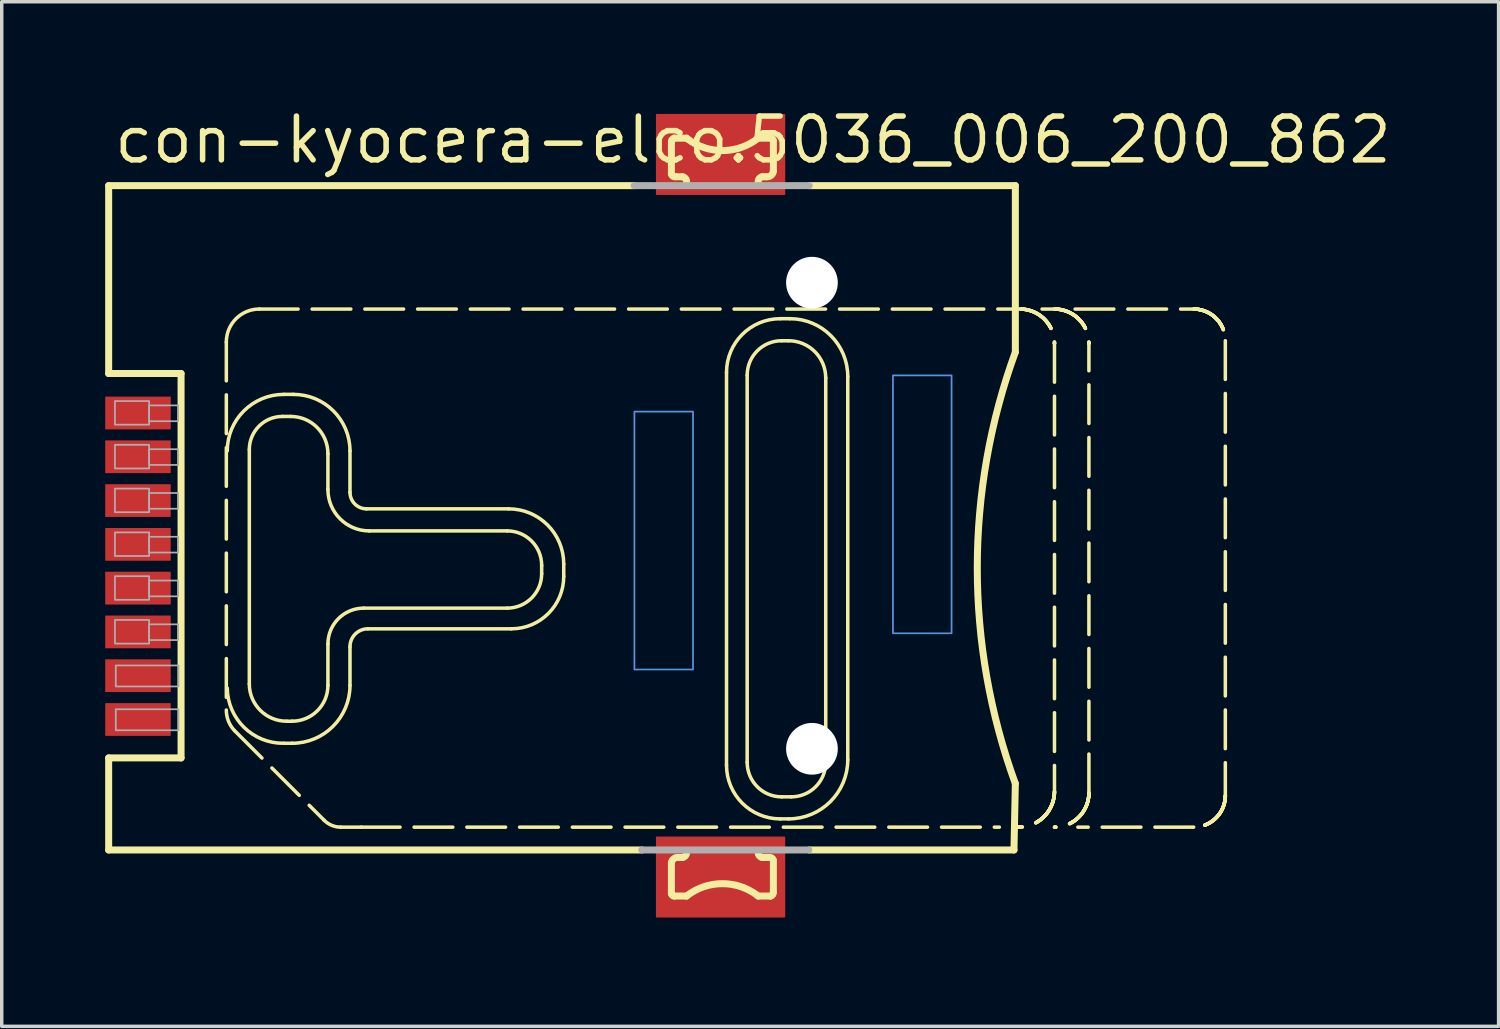
<source format=kicad_pcb>
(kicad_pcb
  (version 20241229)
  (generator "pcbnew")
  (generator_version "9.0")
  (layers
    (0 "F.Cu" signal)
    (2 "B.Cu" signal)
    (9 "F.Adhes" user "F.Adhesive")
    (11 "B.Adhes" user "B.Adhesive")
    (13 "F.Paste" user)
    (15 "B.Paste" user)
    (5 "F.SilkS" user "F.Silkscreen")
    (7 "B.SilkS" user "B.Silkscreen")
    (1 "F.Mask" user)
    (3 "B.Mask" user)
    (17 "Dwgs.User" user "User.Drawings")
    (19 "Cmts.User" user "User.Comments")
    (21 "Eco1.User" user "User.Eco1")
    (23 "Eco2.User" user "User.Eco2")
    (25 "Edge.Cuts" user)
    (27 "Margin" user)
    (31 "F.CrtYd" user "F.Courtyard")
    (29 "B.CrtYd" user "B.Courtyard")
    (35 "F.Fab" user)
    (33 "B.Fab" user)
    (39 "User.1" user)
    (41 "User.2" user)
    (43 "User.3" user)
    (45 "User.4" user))
  (footprint "con-kyocera-elco.5036_006_200_862"
    (layer "F.Cu")
    (at 20.502 11.91)
    (property "Reference" "con-kyocera-elco.5036_006_200_862" (at -20.32 -10.16 0) (layer "F.SilkS") (effects (font (size 1.27 1.27) (thickness 0.16)) (justify left bottom)))
    (attr smd)
    (fp_rect (start -4.5 -9.33) (end -0.8 -11.63) (stroke (width 0.05) (type default)) (fill yes) (layer "F.Cu"))
    (fp_rect (start -4.5 11.63) (end -0.8 9.33) (stroke (width 0.05) (type default)) (fill yes) (layer "F.Cu"))
    (fp_rect (start -4.625 -9.175) (end -0.675 -11.75) (stroke (width 0.05) (type default)) (fill yes) (layer "F.Mask"))
    (fp_rect (start -4.625 11.785) (end -0.675 9.21) (stroke (width 0.05) (type default)) (fill yes) (layer "F.Mask"))
    (fp_line (start -20.4 -9.575) (end -5.16 -9.575) (stroke (width 0.203) (type default)) (layer "F.SilkS"))
    (fp_line (start -20.4 -4.125) (end -20.4 -9.575) (stroke (width 0.203) (type default)) (layer "F.SilkS"))
    (fp_line (start -20.4 7.025) (end -18.3 7.025) (stroke (width 0.203) (type default)) (layer "F.SilkS"))
    (fp_line (start -20.4 9.695) (end -20.4 7.025) (stroke (width 0.203) (type default)) (layer "F.SilkS"))
    (fp_line (start -18.3 -4.125) (end -20.4 -4.125) (stroke (width 0.203) (type default)) (layer "F.SilkS"))
    (fp_line (start -18.3 7.025) (end -18.3 -4.125) (stroke (width 0.203) (type default)) (layer "F.SilkS"))
    (fp_line (start -16.987 -5.036) (end -16.987 5.636) (stroke (width 0.102) (type dash)) (layer "F.SilkS"))
    (fp_line (start -16.747 6.235) (end -14.149 8.833) (stroke (width 0.102) (type dash)) (layer "F.SilkS"))
    (fp_line (start -16.32 4.88) (end -16.32 -1.92) (stroke (width 0.102) (type default)) (layer "F.SilkS"))
    (fp_line (start -16.028 -5.995) (end 5.955 -5.995) (stroke (width 0.102) (type dash)) (layer "F.SilkS"))
    (fp_line (start -15.36 -2.88) (end -15.12 -2.88) (stroke (width 0.102) (type default)) (layer "F.SilkS"))
    (fp_line (start -15.32 -3.52) (end -15.04 -3.52) (stroke (width 0.102) (type default)) (layer "F.SilkS"))
    (fp_line (start -15.08 5.96) (end -15.24 5.96) (stroke (width 0.102) (type default)) (layer "F.SilkS"))
    (fp_line (start -15.08 6.6) (end -15.32 6.6) (stroke (width 0.102) (type default)) (layer "F.SilkS"))
    (fp_line (start -14.04 -1.8) (end -14.04 -0.76) (stroke (width 0.102) (type default)) (layer "F.SilkS"))
    (fp_line (start -14.04 3.72) (end -14.04 4.92) (stroke (width 0.102) (type default)) (layer "F.SilkS"))
    (fp_line (start -13.4 -1.88) (end -13.4 -0.68) (stroke (width 0.102) (type default)) (layer "F.SilkS"))
    (fp_line (start -13.4 3.8) (end -13.4 4.92) (stroke (width 0.102) (type default)) (layer "F.SilkS"))
    (fp_line (start -13.07 9.033) (end 5.436 9.033) (stroke (width 0.102) (type dash)) (layer "F.SilkS"))
    (fp_line (start -12.92 -0.2) (end -8.8 -0.2) (stroke (width 0.102) (type default)) (layer "F.SilkS"))
    (fp_line (start -12.84 0.44) (end -8.84 0.44) (stroke (width 0.102) (type default)) (layer "F.SilkS"))
    (fp_line (start -8.84 2.68) (end -13 2.68) (stroke (width 0.102) (type default)) (layer "F.SilkS"))
    (fp_line (start -8.72 3.28) (end -12.88 3.28) (stroke (width 0.102) (type default)) (layer "F.SilkS"))
    (fp_line (start -7.84 1.44) (end -7.84 1.68) (stroke (width 0.102) (type default)) (layer "F.SilkS"))
    (fp_line (start -7.2 1.4) (end -7.2 1.76) (stroke (width 0.102) (type default)) (layer "F.SilkS"))
    (fp_line (start -4.935 9.695) (end -20.4 9.695) (stroke (width 0.203) (type default)) (layer "F.SilkS"))
    (fp_line (start -4.077 -9.913) (end -4.077 -10.832) (stroke (width 0.203) (type default)) (layer "F.SilkS"))
    (fp_line (start -4.077 10.952) (end -4.077 10.072) (stroke (width 0.203) (type default)) (layer "F.SilkS"))
    (fp_line (start -3.997 -10.952) (end -3.637 -10.952) (stroke (width 0.203) (type default)) (layer "F.SilkS"))
    (fp_line (start -3.877 9.913) (end -3.757 9.913) (stroke (width 0.203) (type default)) (layer "F.SilkS"))
    (fp_line (start -3.757 -9.833) (end -3.957 -9.833) (stroke (width 0.203) (type default)) (layer "F.SilkS"))
    (fp_line (start -3.637 11.032) (end -3.997 11.032) (stroke (width 0.203) (type default)) (layer "F.SilkS"))
    (fp_line (start -2.478 7.235) (end -2.478 -4.157) (stroke (width 0.102) (type default)) (layer "F.SilkS"))
    (fp_line (start -1.879 -4.077) (end -1.879 7.155) (stroke (width 0.102) (type default)) (layer "F.SilkS"))
    (fp_line (start -1.559 -10.952) (end -1.199 -10.952) (stroke (width 0.203) (type default)) (layer "F.SilkS"))
    (fp_line (start -1.439 9.913) (end -1.239 9.913) (stroke (width 0.203) (type default)) (layer "F.SilkS"))
    (fp_line (start -1.319 -9.833) (end -1.439 -9.833) (stroke (width 0.203) (type default)) (layer "F.SilkS"))
    (fp_line (start -1.199 11.032) (end -1.559 11.032) (stroke (width 0.203) (type default)) (layer "F.SilkS"))
    (fp_line (start -1.119 -10.872) (end -1.119 -9.992) (stroke (width 0.203) (type default)) (layer "F.SilkS"))
    (fp_line (start -1.119 9.993) (end -1.119 10.912) (stroke (width 0.203) (type default)) (layer "F.SilkS"))
    (fp_line (start -0.919 -5.716) (end -0.639 -5.716) (stroke (width 0.102) (type default)) (layer "F.SilkS"))
    (fp_line (start -0.879 8.154) (end -0.6 8.154) (stroke (width 0.102) (type default)) (layer "F.SilkS"))
    (fp_line (start -0.679 -5.076) (end -0.879 -5.076) (stroke (width 0.102) (type default)) (layer "F.SilkS"))
    (fp_line (start -0.679 8.793) (end -0.919 8.793) (stroke (width 0.102) (type default)) (layer "F.SilkS"))
    (fp_line (start -0.08 -9.575) (end 5.9 -9.575) (stroke (width 0.203) (type default)) (layer "F.SilkS"))
    (fp_line (start 0.4 7.155) (end 0.4 -3.997) (stroke (width 0.102) (type default)) (layer "F.SilkS"))
    (fp_line (start 1.039 -4.037) (end 1.039 7.075) (stroke (width 0.102) (type default)) (layer "F.SilkS"))
    (fp_line (start 5.86 9.695) (end -0.08 9.695) (stroke (width 0.203) (type default)) (layer "F.SilkS"))
    (fp_line (start 5.9 -9.575) (end 5.9 -4.746) (stroke (width 0.203) (type default)) (layer "F.SilkS"))
    (fp_line (start 5.9 7.769) (end 5.86 9.695) (stroke (width 0.203) (type default)) (layer "F.SilkS"))
    (fp_line (start 5.995 9.033) (end 5.955 9.033) (stroke (width 0.102) (type dash)) (layer "F.SilkS"))
    (fp_line (start 7.035 -5.995) (end 6.675 -5.995) (stroke (width 0.102) (type dash)) (layer "F.SilkS"))
    (fp_line (start 7.035 -4.996) (end 7.035 7.994) (stroke (width 0.102) (type dash)) (layer "F.SilkS"))
    (fp_line (start 7.634 -5.995) (end 11.072 -5.995) (stroke (width 0.102) (type dash)) (layer "F.SilkS"))
    (fp_line (start 8.034 8.034) (end 8.034 -4.996) (stroke (width 0.102) (type dash)) (layer "F.SilkS"))
    (fp_line (start 11.072 9.033) (end 7.714 9.033) (stroke (width 0.102) (type dash)) (layer "F.SilkS"))
    (fp_line (start 11.991 -5.076) (end 11.991 8.114) (stroke (width 0.102) (type dash)) (layer "F.SilkS"))
    (fp_arc (start -16.9873 -5.0362) (mid -16.706328 -5.714528) (end -16.028 -5.9955) (stroke (width 0.1016) (type default)) (layer "F.SilkS"))
    (fp_arc (start -16.96 -1.88) (mid -16.479655 -3.039655) (end -15.32 -3.52) (stroke (width 0.1016) (type default)) (layer "F.SilkS"))
    (fp_arc (start -16.7474 6.2353) (mid -16.925107 5.958662) (end -16.9873 5.6358) (stroke (width 0.1016) (type default)) (layer "F.SilkS"))
    (fp_arc (start -16.32 -1.92) (mid -16.038823 -2.598823) (end -15.36 -2.88) (stroke (width 0.1016) (type default)) (layer "F.SilkS"))
    (fp_arc (start -15.32 6.6) (mid -16.471371 6.139655) (end -16.96 5) (stroke (width 0.1016) (type default)) (layer "F.SilkS"))
    (fp_arc (start -15.24 5.96) (mid -16.003675 5.643675) (end -16.32 4.88) (stroke (width 0.1016) (type default)) (layer "F.SilkS"))
    (fp_arc (start -15.12 -2.88) (mid -14.356325 -2.563675) (end -14.04 -1.8) (stroke (width 0.1016) (type default)) (layer "F.SilkS"))
    (fp_arc (start -15.04 -3.52) (mid -13.880345 -3.039655) (end -13.4 -1.88) (stroke (width 0.1016) (type default)) (layer "F.SilkS"))
    (fp_arc (start -14.04 3.72) (mid -13.735391 2.984609) (end -13 2.68) (stroke (width 0.1016) (type default)) (layer "F.SilkS"))
    (fp_arc (start -14.04 4.92) (mid -14.344609 5.655391) (end -15.08 5.96) (stroke (width 0.1016) (type default)) (layer "F.SilkS"))
    (fp_arc (start -13.6697 9.0332) (mid -13.929319 8.980763) (end -14.1494 8.8334) (stroke (width 0.1016) (type default)) (layer "F.SilkS"))
    (fp_arc (start -13.4 3.8) (mid -13.247696 3.432304) (end -12.88 3.28) (stroke (width 0.1016) (type default)) (layer "F.SilkS"))
    (fp_arc (start -13.4 4.92) (mid -13.892061 6.107939) (end -15.08 6.6) (stroke (width 0.1016) (type default)) (layer "F.SilkS"))
    (fp_arc (start -13.0702 9.0332) (mid -13.36995 9.033793) (end -13.6697 9.0332) (stroke (width 0.1016) (type default)) (layer "F.SilkS"))
    (fp_arc (start -12.92 -0.2) (mid -13.259411 -0.340589) (end -13.4 -0.68) (stroke (width 0.1016) (type default)) (layer "F.SilkS"))
    (fp_arc (start -12.84 0.44) (mid -13.688528 0.088528) (end -14.04 -0.76) (stroke (width 0.1016) (type default)) (layer "F.SilkS"))
    (fp_arc (start -8.84 0.44) (mid -8.132893 0.732893) (end -7.84 1.44) (stroke (width 0.1016) (type default)) (layer "F.SilkS"))
    (fp_arc (start -8.8 -0.2) (mid -7.668629 0.268629) (end -7.2 1.4) (stroke (width 0.1016) (type default)) (layer "F.SilkS"))
    (fp_arc (start -7.84 1.68) (mid -8.132893 2.387107) (end -8.84 2.68) (stroke (width 0.1016) (type default)) (layer "F.SilkS"))
    (fp_arc (start -7.2 1.76) (mid -7.645198 2.834802) (end -8.72 3.28) (stroke (width 0.1016) (type default)) (layer "F.SilkS"))
    (fp_arc (start -4.077 10.0725) (mid -4.010196 9.95122) (end -3.8772 9.9127) (stroke (width 0.2032) (type default)) (layer "F.SilkS"))
    (fp_arc (start -4.0769 -10.8318) (mid -4.061782 -10.908298) (end -3.997 -10.9517) (stroke (width 0.2032) (type default)) (layer "F.SilkS"))
    (fp_arc (start -3.9971 11.0318) (mid -4.053598 11.008398) (end -4.077 10.9519) (stroke (width 0.2032) (type default)) (layer "F.SilkS"))
    (fp_arc (start -3.9571 -9.8327) (mid -4.033598 -9.847818) (end -4.077 -9.9126) (stroke (width 0.2032) (type default)) (layer "F.SilkS"))
    (fp_arc (start -3.7572 -9.8326) (mid -3.664163 -9.77746) (end -3.6373 -9.6727) (stroke (width 0.2032) (type default)) (layer "F.SilkS"))
    (fp_arc (start -3.6374 9.7528) (mid -3.66424 9.857543) (end -3.7573 9.9126) (stroke (width 0.2032) (type default)) (layer "F.SilkS"))
    (fp_arc (start -3.6374 11.0318) (mid -2.59815 10.672131) (end -1.5589 11.0318) (stroke (width 0.2032) (type default)) (layer "F.SilkS"))
    (fp_arc (start -2.4781 -4.1569) (mid -2.021538 -5.259138) (end -0.9193 -5.7157) (stroke (width 0.1016) (type default)) (layer "F.SilkS"))
    (fp_arc (start -1.8786 -4.0769) (mid -1.585912 -4.783512) (end -0.8793 -5.0762) (stroke (width 0.1016) (type default)) (layer "F.SilkS"))
    (fp_arc (start -1.5588 -10.9518) (mid -2.59805 -10.592131) (end -3.6373 -10.9518) (stroke (width 0.2032) (type default)) (layer "F.SilkS"))
    (fp_arc (start -1.5588 -9.6728) (mid -1.53196 -9.777543) (end -1.4389 -9.8326) (stroke (width 0.2032) (type default)) (layer "F.SilkS"))
    (fp_arc (start -1.439 9.9126) (mid -1.532037 9.85746) (end -1.5589 9.7527) (stroke (width 0.2032) (type default)) (layer "F.SilkS"))
    (fp_arc (start -1.2391 9.9127) (mid -1.162602 9.927818) (end -1.1192 9.9926) (stroke (width 0.2032) (type default)) (layer "F.SilkS"))
    (fp_arc (start -1.1991 -10.9518) (mid -1.142602 -10.928398) (end -1.1192 -10.8719) (stroke (width 0.2032) (type default)) (layer "F.SilkS"))
    (fp_arc (start -1.1193 10.9118) (mid -1.134418 10.988298) (end -1.1992 11.0317) (stroke (width 0.2032) (type default)) (layer "F.SilkS"))
    (fp_arc (start -1.1192 -9.9925) (mid -1.186004 -9.87122) (end -1.319 -9.8327) (stroke (width 0.2032) (type default)) (layer "F.SilkS"))
    (fp_arc (start -0.9193 8.7934) (mid -2.021538 8.336838) (end -2.4781 7.2346) (stroke (width 0.1016) (type default)) (layer "F.SilkS"))
    (fp_arc (start -0.8793 8.1539) (mid -1.585912 7.861212) (end -1.8786 7.1546) (stroke (width 0.1016) (type default)) (layer "F.SilkS"))
    (fp_arc (start -0.6795 -5.0762) (mid 0.08361 -4.76011) (end 0.3997 -3.997) (stroke (width 0.1016) (type default)) (layer "F.SilkS"))
    (fp_arc (start -0.6395 -5.7157) (mid 0.54752 -5.22402) (end 1.0392 -4.037) (stroke (width 0.1016) (type default)) (layer "F.SilkS"))
    (fp_arc (start 0.3997 7.1546) (mid 0.107012 7.861212) (end -0.5996 8.1539) (stroke (width 0.1016) (type default)) (layer "F.SilkS"))
    (fp_arc (start 1.0392 7.0747) (mid 0.535804 8.290004) (end -0.6795 8.7934) (stroke (width 0.1016) (type default)) (layer "F.SilkS"))
    (fp_arc (start 5.9 7.7688) (mid 4.795615 1.5114) (end 5.9 -4.746) (stroke (width 0.2032) (type default)) (layer "F.SilkS"))
    (fp_arc (start 6.0355 -5.9955) (mid 6.742041 -5.702841) (end 7.0347 -4.9963) (stroke (width 0.1016) (type dash)) (layer "F.SilkS"))
    (fp_arc (start 7.0347 -5.9955) (mid 7.741312 -5.702812) (end 8.034 -4.9962) (stroke (width 0.1016) (type dash)) (layer "F.SilkS"))
    (fp_arc (start 7.0347 7.994) (mid 6.730325 8.728825) (end 5.9955 9.0332) (stroke (width 0.1016) (type dash)) (layer "F.SilkS"))
    (fp_arc (start 8.034 8.0339) (mid 7.741312 8.740512) (end 7.0347 9.0332) (stroke (width 0.1016) (type dash)) (layer "F.SilkS"))
    (fp_arc (start 11.0717 -5.9955) (mid 11.721743 -5.726243) (end 11.991 -5.0762) (stroke (width 0.1016) (type dash)) (layer "F.SilkS"))
    (fp_arc (start 11.991 8.1139) (mid 11.721743 8.763943) (end 11.0717 9.0332) (stroke (width 0.1016) (type dash)) (layer "F.SilkS"))
    (fp_rect (start -4.375 -9.45) (end -0.925 -11.5) (stroke (width 0.05) (type default)) (fill yes) (layer "F.Paste"))
    (fp_rect (start -4.375 11.51) (end -0.925 9.46) (stroke (width 0.05) (type default)) (fill yes) (layer "F.Paste"))
    (fp_rect (start -5.15 4.46) (end -3.45 -3.02) (stroke (width 0.05) (type default)) (fill no) (layer "Cmts.User"))
    (fp_rect (start 2.35 3.41) (end 4.05 -4.07) (stroke (width 0.05) (type default)) (fill no) (layer "Cmts.User"))
    (fp_line (start -5.16 -9.575) (end -0.08 -9.575) (stroke (width 0.203) (type default)) (layer "F.Fab"))
    (fp_line (start -0.09 9.695) (end -4.935 9.695) (stroke (width 0.203) (type default)) (layer "F.Fab"))
    (fp_rect (start -20.218 -2.642) (end -19.226 -3.327) (stroke (width 0.05) (type default)) (fill no) (layer "F.Fab"))
    (fp_rect (start -20.218 -1.372) (end -19.226 -2.057) (stroke (width 0.05) (type default)) (fill no) (layer "F.Fab"))
    (fp_rect (start -20.218 -0.102) (end -19.226 -0.787) (stroke (width 0.05) (type default)) (fill no) (layer "F.Fab"))
    (fp_rect (start -20.218 1.168) (end -19.226 0.483) (stroke (width 0.05) (type default)) (fill no) (layer "F.Fab"))
    (fp_rect (start -20.218 2.438) (end -19.226 1.753) (stroke (width 0.05) (type default)) (fill no) (layer "F.Fab"))
    (fp_rect (start -20.218 3.708) (end -19.226 3.023) (stroke (width 0.05) (type default)) (fill no) (layer "F.Fab"))
    (fp_rect (start -20.193 4.953) (end -18.375 4.343) (stroke (width 0.05) (type default)) (fill no) (layer "F.Fab"))
    (fp_rect (start -20.193 6.223) (end -18.375 5.613) (stroke (width 0.05) (type default)) (fill no) (layer "F.Fab"))
    (fp_rect (start -19.226 -2.743) (end -18.386 -3.2) (stroke (width 0.05) (type default)) (fill no) (layer "F.Fab"))
    (fp_rect (start -19.226 -1.473) (end -18.386 -1.93) (stroke (width 0.05) (type default)) (fill no) (layer "F.Fab"))
    (fp_rect (start -19.226 -0.203) (end -18.386 -0.66) (stroke (width 0.05) (type default)) (fill no) (layer "F.Fab"))
    (fp_rect (start -19.226 1.067) (end -18.386 0.61) (stroke (width 0.05) (type default)) (fill no) (layer "F.Fab"))
    (fp_rect (start -19.226 2.337) (end -18.386 1.88) (stroke (width 0.05) (type default)) (fill no) (layer "F.Fab"))
    (fp_rect (start -19.226 3.607) (end -18.386 3.15) (stroke (width 0.05) (type default)) (fill no) (layer "F.Fab"))
    (pad "" np_thru_hole circle (at 0 -6.76) (size 1.5 1.5) (drill 1.5) (layers "*.Cu" "*.Mask"))
    (pad "" np_thru_hole circle (at 0 6.76) (size 1.5 1.5) (drill 1.5) (layers "*.Cu" "*.Mask"))
    (pad "C/D@1" smd roundrect (at -19.55 4.64) (size 1.9 0.95) (layers "F.Cu" "F.Mask" "F.Paste") (roundrect_rratio 0.01))
    (pad "C/D@2" smd roundrect (at -19.55 5.91) (size 1.9 0.95) (layers "F.Cu" "F.Mask" "F.Paste") (roundrect_rratio 0.01))
    (pad "C1" smd roundrect (at -19.55 -2.98) (size 1.9 0.95) (layers "F.Cu" "F.Mask" "F.Paste") (roundrect_rratio 0.01))
    (pad "C2" smd roundrect (at -19.55 -0.44) (size 1.9 0.95) (layers "F.Cu" "F.Mask" "F.Paste") (roundrect_rratio 0.01))
    (pad "C3" smd roundrect (at -19.55 2.1) (size 1.9 0.95) (layers "F.Cu" "F.Mask" "F.Paste") (roundrect_rratio 0.01))
    (pad "C5" smd roundrect (at -19.55 -1.71) (size 1.9 0.95) (layers "F.Cu" "F.Mask" "F.Paste") (roundrect_rratio 0.01))
    (pad "C6" smd roundrect (at -19.55 0.83) (size 1.9 0.95) (layers "F.Cu" "F.Mask" "F.Paste") (roundrect_rratio 0.01))
    (pad "C7" smd roundrect (at -19.55 3.37) (size 1.9 0.95) (layers "F.Cu" "F.Mask" "F.Paste") (roundrect_rratio 0.01)))
  (gr_rect
    (start -3 -3)
    (end 40.419 26.72)
    (stroke (width 0.1) (type default))
    (fill no)
    (layer "Edge.Cuts")))
</source>
